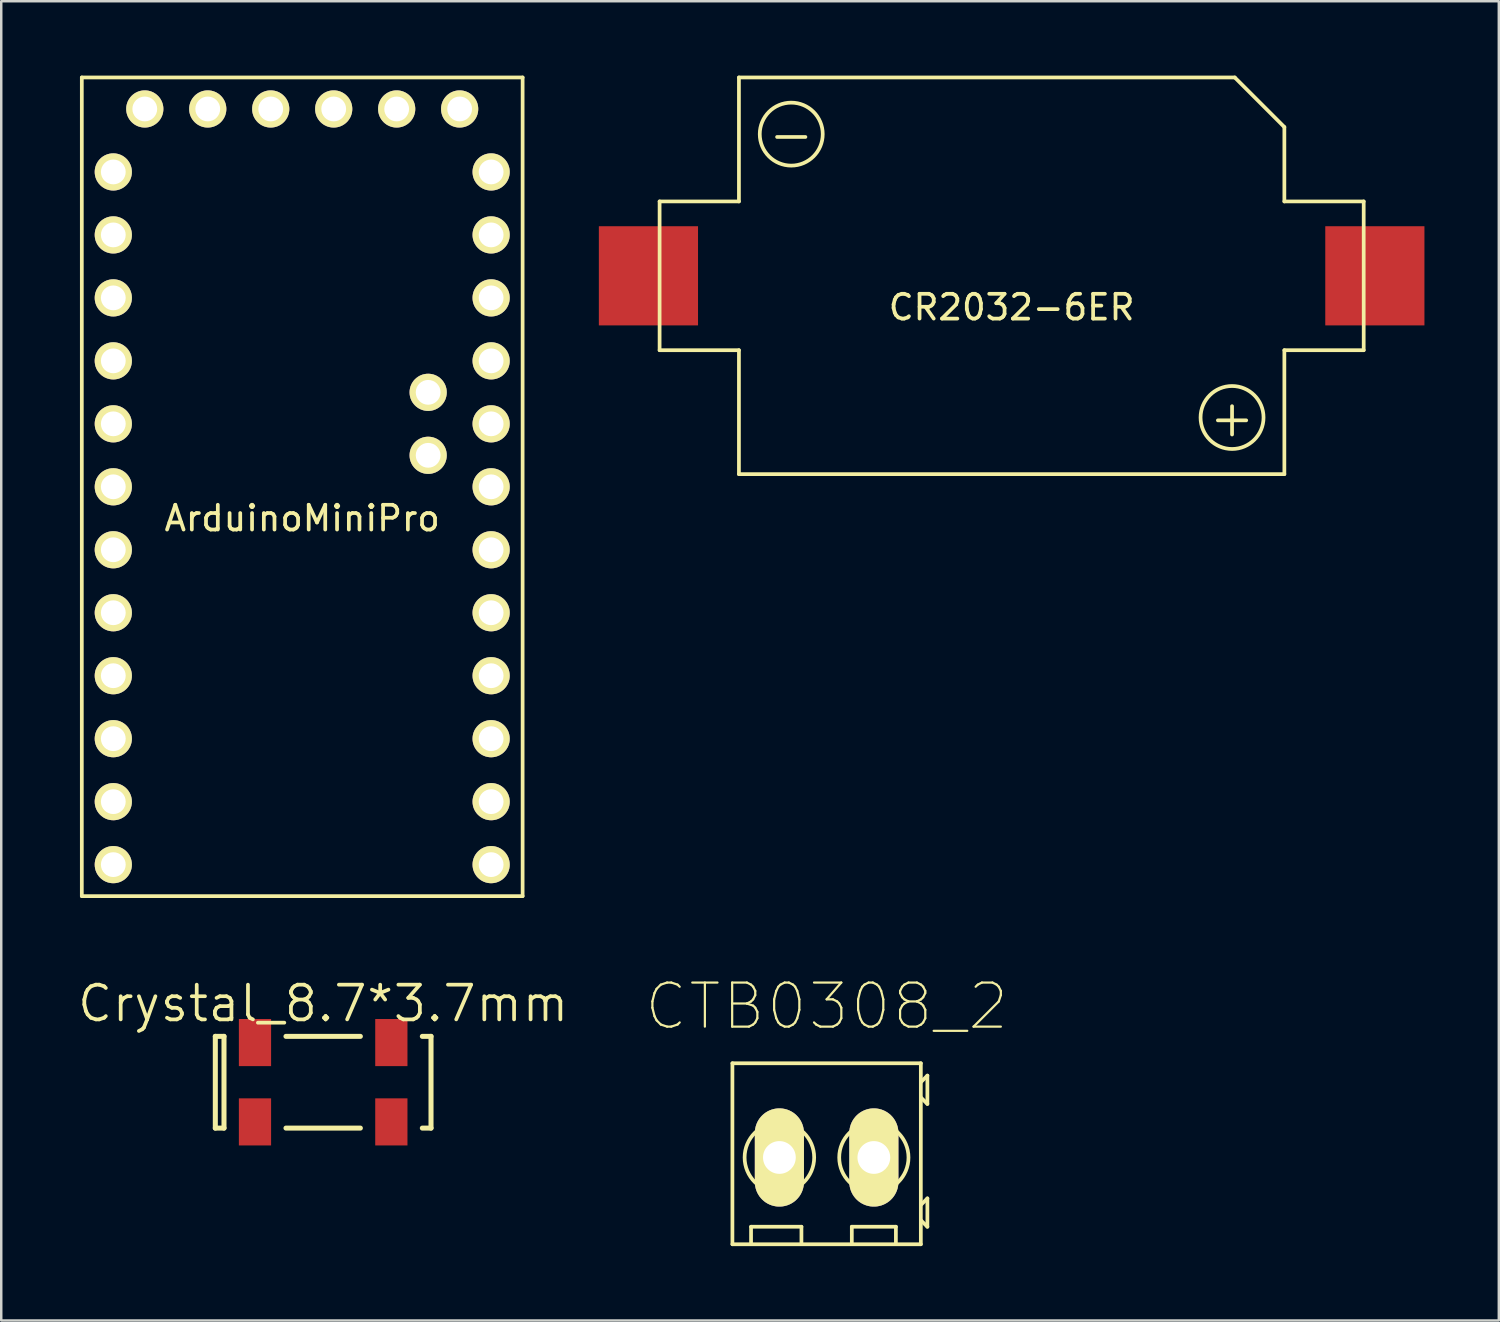
<source format=kicad_pcb>
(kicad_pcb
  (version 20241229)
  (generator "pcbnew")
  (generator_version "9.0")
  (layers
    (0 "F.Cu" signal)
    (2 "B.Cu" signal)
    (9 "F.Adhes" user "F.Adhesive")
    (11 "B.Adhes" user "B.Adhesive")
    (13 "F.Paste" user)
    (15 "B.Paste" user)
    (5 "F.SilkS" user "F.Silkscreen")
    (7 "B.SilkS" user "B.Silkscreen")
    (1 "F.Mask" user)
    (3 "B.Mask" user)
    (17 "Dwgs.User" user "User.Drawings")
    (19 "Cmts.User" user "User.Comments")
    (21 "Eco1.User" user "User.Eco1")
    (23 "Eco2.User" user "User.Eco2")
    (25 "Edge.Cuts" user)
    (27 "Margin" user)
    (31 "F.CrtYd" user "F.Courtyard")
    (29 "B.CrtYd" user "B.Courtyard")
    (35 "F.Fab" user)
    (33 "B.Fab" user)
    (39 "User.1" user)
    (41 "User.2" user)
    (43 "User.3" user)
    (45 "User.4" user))
  (footprint "ArduinoMiniPro"
    (layer "F.Cu")
    (at 0.25 33.095)
    (property "Reference" "ArduinoMiniPro" (at 8.89 -15.24 0) (layer "F.SilkS") (effects (font (size 1 1) (thickness 0.15))))
    (attr through_hole)
    (fp_line (start 0 -33.02) (end 0 0) (stroke (width 0.15) (type solid)) (layer "F.SilkS"))
    (fp_line (start 0 0) (end 17.78 0) (stroke (width 0.15) (type solid)) (layer "F.SilkS"))
    (fp_line (start 17.78 -33.02) (end 0 -33.02) (stroke (width 0.15) (type solid)) (layer "F.SilkS"))
    (fp_line (start 17.78 0) (end 17.78 -33.02) (stroke (width 0.15) (type solid)) (layer "F.SilkS"))
    (pad "1" thru_hole circle (at 1.27 -29.21) (size 1.5 1.5) (drill 1) (layers "*.Cu" "*.Mask" "F.SilkS"))
    (pad "2" thru_hole circle (at 1.27 -26.67) (size 1.5 1.5) (drill 1) (layers "*.Cu" "*.Mask" "F.SilkS"))
    (pad "3" thru_hole circle (at 1.27 -24.13) (size 1.5 1.5) (drill 1) (layers "*.Cu" "*.Mask" "F.SilkS"))
    (pad "4" thru_hole circle (at 1.27 -21.59) (size 1.5 1.5) (drill 1) (layers "*.Cu" "*.Mask" "F.SilkS"))
    (pad "5" thru_hole circle (at 1.27 -19.05) (size 1.5 1.5) (drill 1) (layers "*.Cu" "*.Mask" "F.SilkS"))
    (pad "6" thru_hole circle (at 1.27 -16.51) (size 1.5 1.5) (drill 1) (layers "*.Cu" "*.Mask" "F.SilkS"))
    (pad "7" thru_hole circle (at 1.27 -13.97) (size 1.5 1.5) (drill 1) (layers "*.Cu" "*.Mask" "F.SilkS"))
    (pad "8" thru_hole circle (at 1.27 -11.43) (size 1.5 1.5) (drill 1) (layers "*.Cu" "*.Mask" "F.SilkS"))
    (pad "9" thru_hole circle (at 1.27 -8.89) (size 1.5 1.5) (drill 1) (layers "*.Cu" "*.Mask" "F.SilkS"))
    (pad "10" thru_hole circle (at 1.27 -6.35) (size 1.5 1.5) (drill 1) (layers "*.Cu" "*.Mask" "F.SilkS"))
    (pad "11" thru_hole circle (at 1.27 -3.81) (size 1.5 1.5) (drill 1) (layers "*.Cu" "*.Mask" "F.SilkS"))
    (pad "12" thru_hole circle (at 1.27 -1.27) (size 1.5 1.5) (drill 1) (layers "*.Cu" "*.Mask" "F.SilkS"))
    (pad "13" thru_hole circle (at 16.51 -1.27) (size 1.5 1.5) (drill 1) (layers "*.Cu" "*.Mask" "F.SilkS"))
    (pad "14" thru_hole circle (at 16.51 -3.81) (size 1.5 1.5) (drill 1) (layers "*.Cu" "*.Mask" "F.SilkS"))
    (pad "15" thru_hole circle (at 16.51 -6.35) (size 1.5 1.5) (drill 1) (layers "*.Cu" "*.Mask" "F.SilkS"))
    (pad "16" thru_hole circle (at 16.51 -8.89) (size 1.5 1.5) (drill 1) (layers "*.Cu" "*.Mask" "F.SilkS"))
    (pad "17" thru_hole circle (at 16.51 -11.43) (size 1.5 1.5) (drill 1) (layers "*.Cu" "*.Mask" "F.SilkS"))
    (pad "18" thru_hole circle (at 16.51 -13.97) (size 1.5 1.5) (drill 1) (layers "*.Cu" "*.Mask" "F.SilkS"))
    (pad "19" thru_hole circle (at 16.51 -16.51) (size 1.5 1.5) (drill 1) (layers "*.Cu" "*.Mask" "F.SilkS"))
    (pad "20" thru_hole circle (at 13.97 -17.78) (size 1.5 1.5) (drill 1) (layers "*.Cu" "*.Mask" "F.SilkS"))
    (pad "21" thru_hole circle (at 16.51 -19.05) (size 1.5 1.5) (drill 1) (layers "*.Cu" "*.Mask" "F.SilkS"))
    (pad "22" thru_hole circle (at 13.97 -20.32) (size 1.5 1.5) (drill 1) (layers "*.Cu" "*.Mask" "F.SilkS"))
    (pad "23" thru_hole circle (at 16.51 -21.59) (size 1.5 1.5) (drill 1) (layers "*.Cu" "*.Mask" "F.SilkS"))
    (pad "24" thru_hole circle (at 16.51 -24.13) (size 1.5 1.5) (drill 1) (layers "*.Cu" "*.Mask" "F.SilkS"))
    (pad "25" thru_hole circle (at 16.51 -26.67) (size 1.5 1.5) (drill 1) (layers "*.Cu" "*.Mask" "F.SilkS"))
    (pad "26" thru_hole circle (at 16.51 -29.21) (size 1.5 1.5) (drill 1) (layers "*.Cu" "*.Mask" "F.SilkS"))
    (pad "27" thru_hole circle (at 15.24 -31.75) (size 1.5 1.5) (drill 1) (layers "*.Cu" "*.Mask" "F.SilkS"))
    (pad "28" thru_hole circle (at 12.7 -31.75) (size 1.5 1.5) (drill 1) (layers "*.Cu" "*.Mask" "F.SilkS"))
    (pad "29" thru_hole circle (at 10.16 -31.75) (size 1.5 1.5) (drill 1) (layers "*.Cu" "*.Mask" "F.SilkS"))
    (pad "30" thru_hole circle (at 7.62 -31.75) (size 1.5 1.5) (drill 1) (layers "*.Cu" "*.Mask" "F.SilkS"))
    (pad "31" thru_hole circle (at 5.08 -31.75) (size 1.5 1.5) (drill 1) (layers "*.Cu" "*.Mask" "F.SilkS"))
    (pad "32" thru_hole circle (at 2.54 -31.75) (size 1.5 1.5) (drill 1) (layers "*.Cu" "*.Mask" "F.SilkS")))
  (footprint "CR2032-6ER"
    (layer "F.Cu")
    (at 37.755 8.075)
    (property "Reference" "CR2032-6ER" (at 0 1.27 0) (layer "F.SilkS") (effects (font (size 1 1) (thickness 0.15))))
    (attr through_hole)
    (fp_line (start -14.2 -3) (end -11 -3) (stroke (width 0.15) (type solid)) (layer "F.SilkS"))
    (fp_line (start -14.2 3) (end -14.2 -3) (stroke (width 0.15) (type solid)) (layer "F.SilkS"))
    (fp_line (start -11 -8) (end 9 -8) (stroke (width 0.15) (type solid)) (layer "F.SilkS"))
    (fp_line (start -11 -3) (end -11 -8) (stroke (width 0.15) (type solid)) (layer "F.SilkS"))
    (fp_line (start -11 3) (end -14.2 3) (stroke (width 0.15) (type solid)) (layer "F.SilkS"))
    (fp_line (start -11 8) (end -11 3) (stroke (width 0.15) (type solid)) (layer "F.SilkS"))
    (fp_line (start -11 8) (end 11 8) (stroke (width 0.15) (type solid)) (layer "F.SilkS"))
    (fp_line (start 9 -8) (end 11 -6) (stroke (width 0.15) (type solid)) (layer "F.SilkS"))
    (fp_line (start 11 -6) (end 11 -3) (stroke (width 0.15) (type solid)) (layer "F.SilkS"))
    (fp_line (start 11 -3) (end 14.2 -3) (stroke (width 0.15) (type solid)) (layer "F.SilkS"))
    (fp_line (start 11 3) (end 11 8) (stroke (width 0.15) (type solid)) (layer "F.SilkS"))
    (fp_line (start 11 3) (end 14.2 3) (stroke (width 0.15) (type solid)) (layer "F.SilkS"))
    (fp_line (start 14.2 -3) (end 14.2 3) (stroke (width 0.15) (type solid)) (layer "F.SilkS"))
    (fp_circle (center -8.89 -5.715) (end -7.62 -5.715) (stroke (width 0.15) (type solid)) (fill no) (layer "F.SilkS"))
    (fp_circle (center 8.89 5.715) (end 10.16 5.715) (stroke (width 0.15) (type solid)) (fill no) (layer "F.SilkS"))
    (fp_text user "-" (at -8.89 -5.715 0) (layer "F.SilkS") (effects (font (size 1.5 1.5) (thickness 0.15))))
    (fp_text user "+" (at 8.89 5.715 0) (layer "F.SilkS") (effects (font (size 1.5 1.5) (thickness 0.15))))
    (pad "1" smd rect (at 14.65 0) (size 4 4) (layers "F.Cu" "F.Mask" "F.Paste"))
    (pad "2" smd rect (at -14.65 0) (size 4 4) (layers "F.Cu" "F.Mask" "F.Paste")))
  (footprint "Crystal_8.7*3.7mm"
    (layer "F.Cu")
    (at 9.985 40.602)
    (property "Reference" "Crystal_8.7*3.7mm" (at 0 -3.175 0) (layer "F.SilkS") (effects (font (size 1.4 1.4) (thickness 0.15))))
    (attr smd)
    (fp_line (start -4.35 -1.85) (end -4 -1.85) (stroke (width 0.203) (type solid)) (layer "F.SilkS"))
    (fp_line (start -4.35 1.85) (end -4.35 -1.85) (stroke (width 0.203) (type solid)) (layer "F.SilkS"))
    (fp_line (start -4.35 1.85) (end -4 1.85) (stroke (width 0.203) (type solid)) (layer "F.SilkS"))
    (fp_line (start -4 -1.85) (end -4 1.85) (stroke (width 0.203) (type solid)) (layer "F.SilkS"))
    (fp_line (start -1.5 1.85) (end 1.5 1.85) (stroke (width 0.203) (type solid)) (layer "F.SilkS"))
    (fp_line (start 1.5 -1.85) (end -1.5 -1.85) (stroke (width 0.203) (type solid)) (layer "F.SilkS"))
    (fp_line (start 4.35 -1.85) (end 4 -1.85) (stroke (width 0.203) (type solid)) (layer "F.SilkS"))
    (fp_line (start 4.35 1.85) (end 4 1.85) (stroke (width 0.203) (type solid)) (layer "F.SilkS"))
    (fp_line (start 4.35 1.85) (end 4.35 -1.85) (stroke (width 0.203) (type solid)) (layer "F.SilkS"))
    (pad "1" smd rect (at -2.75 1.6) (size 1.3 1.9) (layers "F.Cu" "F.Mask" "F.Paste"))
    (pad "2" smd rect (at 2.75 1.6) (size 1.3 1.9) (layers "F.Cu" "F.Mask" "F.Paste"))
    (pad "3" smd rect (at 2.75 -1.6) (size 1.3 1.9) (layers "F.Cu" "F.Mask" "F.Paste"))
    (pad "4" smd rect (at -2.75 -1.6) (size 1.3 1.9) (layers "F.Cu" "F.Mask" "F.Paste")))
  (footprint "CTB0308_2"
    (layer "F.Cu")
    (at 30.292 43.637)
    (property "Reference" "CTB0308_2" (at 0 -6.096 0) (layer "F.SilkS") (effects (font (size 1.778 1.778) (thickness 0.089))))
    (attr exclude_from_pos_files exclude_from_bom)
    (fp_line (start -3.8 -3.8) (end -3.8 3.5) (stroke (width 0.15) (type solid)) (layer "F.SilkS"))
    (fp_line (start -3.8 -3.8) (end 3.8 -3.8) (stroke (width 0.15) (type solid)) (layer "F.SilkS"))
    (fp_line (start -3.8 3.5) (end 3.8 3.5) (stroke (width 0.15) (type solid)) (layer "F.SilkS"))
    (fp_line (start -3.048 2.794) (end -3.048 3.429) (stroke (width 0.15) (type solid)) (layer "F.SilkS"))
    (fp_line (start -3.048 2.794) (end -1.016 2.794) (stroke (width 0.15) (type solid)) (layer "F.SilkS"))
    (fp_line (start -2.667 1.143) (end -1.143 -1.143) (stroke (width 0.15) (type solid)) (layer "F.SilkS"))
    (fp_line (start -1.016 2.794) (end -1.016 3.429) (stroke (width 0.15) (type solid)) (layer "F.SilkS"))
    (fp_line (start 1.016 2.794) (end 1.016 3.429) (stroke (width 0.15) (type solid)) (layer "F.SilkS"))
    (fp_line (start 1.016 2.794) (end 2.794 2.794) (stroke (width 0.15) (type solid)) (layer "F.SilkS"))
    (fp_line (start 1.143 1.143) (end 2.667 -1.143) (stroke (width 0.15) (type solid)) (layer "F.SilkS"))
    (fp_line (start 2.794 2.794) (end 2.794 3.429) (stroke (width 0.15) (type solid)) (layer "F.SilkS"))
    (fp_line (start 3.8 -3.8) (end 3.8 3.5) (stroke (width 0.15) (type solid)) (layer "F.SilkS"))
    (fp_line (start 3.81 -3.048) (end 4.064 -3.302) (stroke (width 0.15) (type solid)) (layer "F.SilkS"))
    (fp_line (start 3.81 1.905) (end 4.064 1.651) (stroke (width 0.15) (type solid)) (layer "F.SilkS"))
    (fp_line (start 4.064 -3.302) (end 4.064 -2.159) (stroke (width 0.15) (type solid)) (layer "F.SilkS"))
    (fp_line (start 4.064 -2.159) (end 3.81 -2.413) (stroke (width 0.15) (type solid)) (layer "F.SilkS"))
    (fp_line (start 4.064 1.651) (end 4.064 2.794) (stroke (width 0.15) (type solid)) (layer "F.SilkS"))
    (fp_line (start 4.064 2.794) (end 3.81 2.54) (stroke (width 0.15) (type solid)) (layer "F.SilkS"))
    (fp_circle (center -1.905 0) (end -0.508 0.127) (stroke (width 0.15) (type solid)) (fill no) (layer "F.SilkS"))
    (fp_circle (center 1.905 0) (end 3.302 0) (stroke (width 0.15) (type solid)) (fill no) (layer "F.SilkS"))
    (pad "1" thru_hole oval (at -1.905 0) (size 1.981 3.962) (drill 1.321) (layers "*.Cu" "F.Mask" "F.SilkS" "F.Paste"))
    (pad "2" thru_hole oval (at 1.905 0) (size 1.981 3.962) (drill 1.321) (layers "*.Cu" "F.Mask" "F.SilkS" "F.Paste")))
  (gr_rect
    (start -3 -3)
    (end 57.405 50.212)
    (stroke (width 0.1) (type default))
    (fill no)
    (layer "Edge.Cuts")))
</source>
